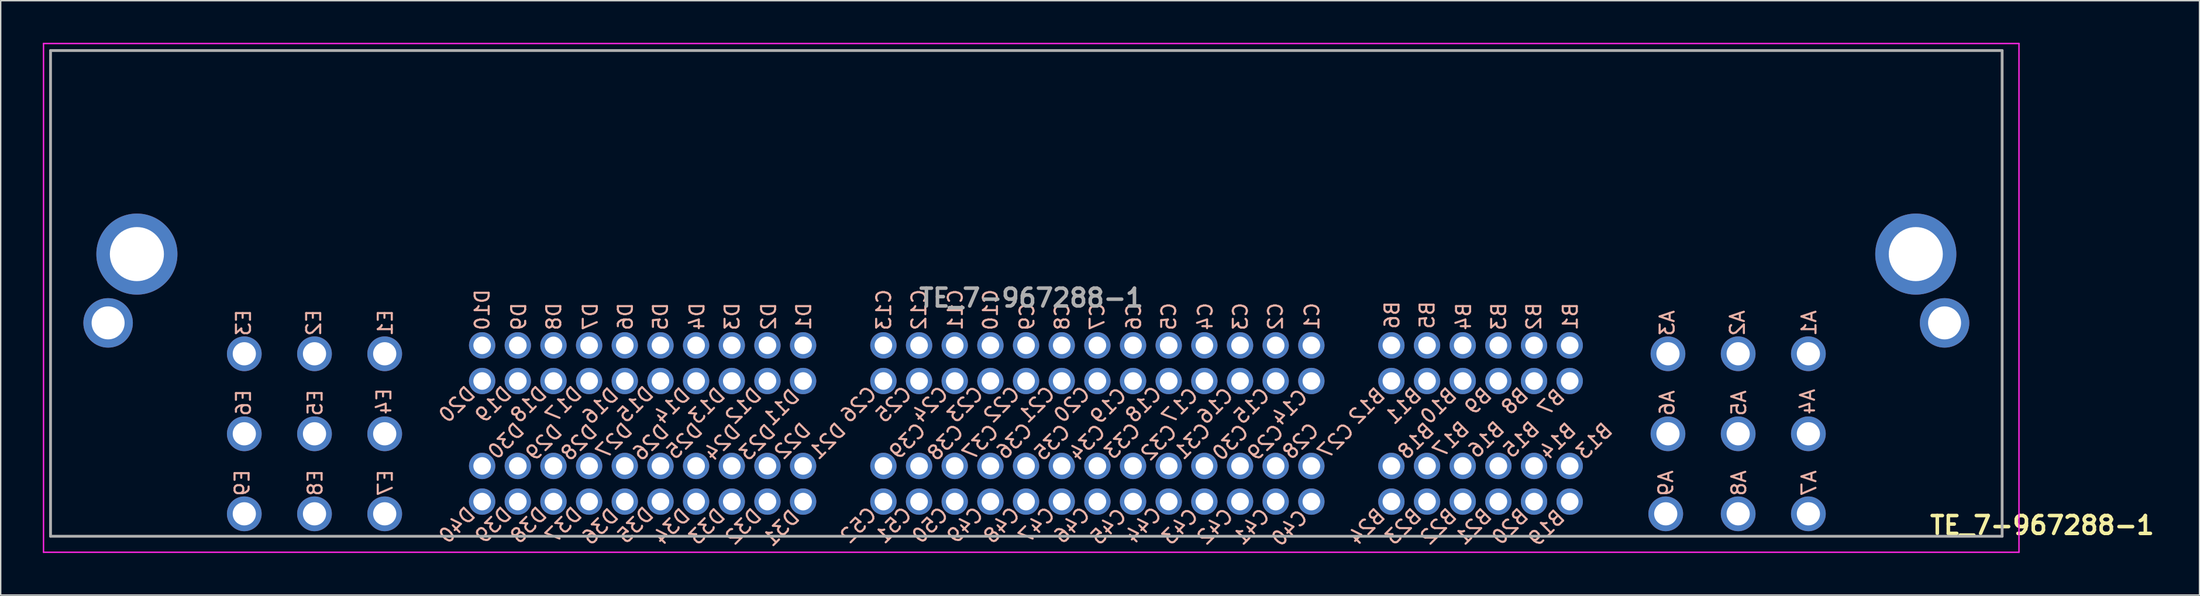
<source format=kicad_pcb>
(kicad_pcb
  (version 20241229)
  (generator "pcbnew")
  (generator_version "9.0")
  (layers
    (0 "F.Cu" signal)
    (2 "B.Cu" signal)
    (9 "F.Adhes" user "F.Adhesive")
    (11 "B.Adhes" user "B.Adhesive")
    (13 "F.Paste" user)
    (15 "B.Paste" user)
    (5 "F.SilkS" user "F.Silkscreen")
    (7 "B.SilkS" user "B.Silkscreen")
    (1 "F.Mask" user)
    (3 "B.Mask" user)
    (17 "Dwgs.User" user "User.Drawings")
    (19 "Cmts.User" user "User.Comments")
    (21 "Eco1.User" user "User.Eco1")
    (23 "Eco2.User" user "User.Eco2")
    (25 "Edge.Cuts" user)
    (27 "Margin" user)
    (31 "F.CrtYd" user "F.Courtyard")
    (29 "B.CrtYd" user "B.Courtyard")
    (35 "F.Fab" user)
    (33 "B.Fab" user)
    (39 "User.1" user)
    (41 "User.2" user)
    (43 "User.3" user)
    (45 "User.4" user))
  (footprint "TE_7-967288-1"
    (layer "F.Cu")
    (at 70.4 18.169)
    (property "Reference" "TE_7-967288-1" (at 72 16.2 0) (layer "F.SilkS") (effects (font (size 1.27 1.27) (thickness 0.254))))
    (attr through_hole)
    (fp_line (start -69.85 -17.619) (end 69.15 -17.619) (stroke (width 0.1) (type solid)) (layer "F.SilkS"))
    (fp_line (start -69.85 16.981) (end -69.85 -17.619) (stroke (width 0.1) (type solid)) (layer "F.SilkS"))
    (fp_line (start -57.85 16.981) (end -69.85 16.981) (stroke (width 0.1) (type solid)) (layer "F.SilkS"))
    (fp_line (start 43.15 16.981) (end -43.85 16.981) (stroke (width 0.1) (type solid)) (layer "F.SilkS"))
    (fp_line (start 69.15 -17.619) (end 69.15 16.981) (stroke (width 0.1) (type solid)) (layer "F.SilkS"))
    (fp_line (start 69.15 16.981) (end 57.15 16.981) (stroke (width 0.1) (type solid)) (layer "F.SilkS"))
    (fp_line (start -70.35 -18.119) (end 70.35 -18.119) (stroke (width 0.1) (type solid)) (layer "F.CrtYd"))
    (fp_line (start -70.35 18.119) (end -70.35 -18.119) (stroke (width 0.1) (type solid)) (layer "F.CrtYd"))
    (fp_line (start 70.35 -18.119) (end 70.35 18.119) (stroke (width 0.1) (type solid)) (layer "F.CrtYd"))
    (fp_line (start 70.35 18.119) (end -70.35 18.119) (stroke (width 0.1) (type solid)) (layer "F.CrtYd"))
    (fp_line (start -69.85 -17.619) (end 69.15 -17.619) (stroke (width 0.2) (type solid)) (layer "F.Fab"))
    (fp_line (start -69.85 16.981) (end -69.85 -17.619) (stroke (width 0.2) (type solid)) (layer "F.Fab"))
    (fp_line (start 69.15 -17.619) (end 69.15 16.981) (stroke (width 0.2) (type solid)) (layer "F.Fab"))
    (fp_line (start 69.15 16.981) (end -69.85 16.981) (stroke (width 0.2) (type solid)) (layer "F.Fab"))
    (fp_text user "C44" (at 9.1 15.1 45) (unlocked yes) (layer "B.SilkS") (effects (font (size 1 1) (thickness 0.15)) (justify left mirror)))
    (fp_text user "B7" (at 37.8 6.7 45) (unlocked yes) (layer "B.SilkS") (effects (font (size 1 1) (thickness 0.15)) (justify left mirror)))
    (fp_text user "D1" (at -16.2 2.4 90) (unlocked yes) (layer "B.SilkS") (effects (font (size 1 1) (thickness 0.15)) (justify right mirror)))
    (fp_text user "B1" (at 38.4 2.4 90) (unlocked yes) (layer "B.SilkS") (effects (font (size 1 1) (thickness 0.15)) (justify right mirror)))
    (fp_text user "B5" (at 28.2 2.3 90) (unlocked yes) (layer "B.SilkS") (effects (font (size 1 1) (thickness 0.15)) (justify right mirror)))
    (fp_text user "C13" (at -10.5 2.4 90) (unlocked yes) (layer "B.SilkS") (effects (font (size 1 1) (thickness 0.15)) (justify right mirror)))
    (fp_text user "B8" (at 35.2 6.6 45) (unlocked yes) (layer "B.SilkS") (effects (font (size 1 1) (thickness 0.15)) (justify left mirror)))
    (fp_text user "B12" (at 25 6.6 45) (unlocked yes) (layer "B.SilkS") (effects (font (size 1 1) (thickness 0.15)) (justify left mirror)))
    (fp_text user "C41" (at 16.8 15.2 45) (unlocked yes) (layer "B.SilkS") (effects (font (size 1 1) (thickness 0.15)) (justify left mirror)))
    (fp_text user "B11" (at 27.6 6.6 45) (unlocked yes) (layer "B.SilkS") (effects (font (size 1 1) (thickness 0.15)) (justify left mirror)))
    (fp_text user "C35" (at 0.4 11.4 45) (unlocked yes) (layer "B.SilkS") (effects (font (size 1 1) (thickness 0.15)) (justify right mirror)))
    (fp_text user "D39" (at -37.2 15.1 45) (unlocked yes) (layer "B.SilkS") (effects (font (size 1 1) (thickness 0.15)) (justify left mirror)))
    (fp_text user "B2" (at 35.8 2.4 90) (unlocked yes) (layer "B.SilkS") (effects (font (size 1 1) (thickness 0.15)) (justify right mirror)))
    (fp_text user "A3" (at 45.3 2.8 90) (unlocked yes) (layer "B.SilkS") (effects (font (size 1 1) (thickness 0.15)) (justify right mirror)))
    (fp_text user "C9" (at -0.3 2.4 90) (unlocked yes) (layer "B.SilkS") (effects (font (size 1 1) (thickness 0.15)) (justify right mirror)))
    (fp_text user "E2" (at -51.1 2.8 90) (unlocked yes) (layer "B.SilkS") (effects (font (size 1 1) (thickness 0.15)) (justify right mirror)))
    (fp_text user "C30" (at 13.1 11.4 45) (unlocked yes) (layer "B.SilkS") (effects (font (size 1 1) (thickness 0.15)) (justify right mirror)))
    (fp_text user "A6" (at 45.3 8.5 90) (unlocked yes) (layer "B.SilkS") (effects (font (size 1 1) (thickness 0.15)) (justify right mirror)))
    (fp_text user "C3" (at 14.9 2.4 90) (unlocked yes) (layer "B.SilkS") (effects (font (size 1 1) (thickness 0.15)) (justify right mirror)))
    (fp_text user "D2" (at -18.7 2.4 90) (unlocked yes) (layer "B.SilkS") (effects (font (size 1 1) (thickness 0.15)) (justify right mirror)))
    (fp_text user "E9" (at -56.2 14.2 90) (unlocked yes) (layer "B.SilkS") (effects (font (size 1 1) (thickness 0.15)) (justify right mirror)))
    (fp_text user "D26" (at -28.2 11.4 45) (unlocked yes) (layer "B.SilkS") (effects (font (size 1 1) (thickness 0.15)) (justify right mirror)))
    (fp_text user "D17" (at -32.2 6.5 45) (unlocked yes) (layer "B.SilkS") (effects (font (size 1 1) (thickness 0.15)) (justify left mirror)))
    (fp_text user "D18" (at -34.7 6.5 45) (unlocked yes) (layer "B.SilkS") (effects (font (size 1 1) (thickness 0.15)) (justify left mirror)))
    (fp_text user "C22" (at -1 6.5 45) (unlocked yes) (layer "B.SilkS") (effects (font (size 1 1) (thickness 0.15)) (justify left mirror)))
    (fp_text user "C10" (at -2.9 2.4 90) (unlocked yes) (layer "B.SilkS") (effects (font (size 1 1) (thickness 0.15)) (justify right mirror)))
    (fp_text user "C15" (at 16.8 6.6 45) (unlocked yes) (layer "B.SilkS") (effects (font (size 1 1) (thickness 0.15)) (justify left mirror)))
    (fp_text user "D15" (at -27.1 6.5 45) (unlocked yes) (layer "B.SilkS") (effects (font (size 1 1) (thickness 0.15)) (justify left mirror)))
    (fp_text user "D12" (at -19.4 6.6 45) (unlocked yes) (layer "B.SilkS") (effects (font (size 1 1) (thickness 0.15)) (justify left mirror)))
    (fp_text user "E6" (at -56.1 8.5 90) (unlocked yes) (layer "B.SilkS") (effects (font (size 1 1) (thickness 0.15)) (justify right mirror)))
    (fp_text user "B9" (at 32.6 6.6 45) (unlocked yes) (layer "B.SilkS") (effects (font (size 1 1) (thickness 0.15)) (justify left mirror)))
    (fp_text user "D31" (at -16.7 15.3 45) (unlocked yes) (layer "B.SilkS") (effects (font (size 1 1) (thickness 0.15)) (justify left mirror)))
    (fp_text user "D27" (at -30.8 11.3 45) (unlocked yes) (layer "B.SilkS") (effects (font (size 1 1) (thickness 0.15)) (justify right mirror)))
    (fp_text user "C34" (at 2.9 11.4 45) (unlocked yes) (layer "B.SilkS") (effects (font (size 1 1) (thickness 0.15)) (justify right mirror)))
    (fp_text user "C14" (at 19.5 6.7 45) (unlocked yes) (layer "B.SilkS") (effects (font (size 1 1) (thickness 0.15)) (justify left mirror)))
    (fp_text user "C36" (at -2.3 11.3 45) (unlocked yes) (layer "B.SilkS") (effects (font (size 1 1) (thickness 0.15)) (justify right mirror)))
    (fp_text user "D25" (at -25.8 11.3 45) (unlocked yes) (layer "B.SilkS") (effects (font (size 1 1) (thickness 0.15)) (justify right mirror)))
    (fp_text user "D34" (at -24.5 15.2 45) (unlocked yes) (layer "B.SilkS") (effects (font (size 1 1) (thickness 0.15)) (justify left mirror)))
    (fp_text user "A5" (at 50.4 8.5 90) (unlocked yes) (layer "B.SilkS") (effects (font (size 1 1) (thickness 0.15)) (justify right mirror)))
    (fp_text user "C27" (at 20.6 11.3 45) (unlocked yes) (layer "B.SilkS") (effects (font (size 1 1) (thickness 0.15)) (justify right mirror)))
    (fp_text user "C43" (at 11.7 15.2 45) (unlocked yes) (layer "B.SilkS") (effects (font (size 1 1) (thickness 0.15)) (justify left mirror)))
    (fp_text user "D21" (at -15.6 11.3 45) (unlocked yes) (layer "B.SilkS") (effects (font (size 1 1) (thickness 0.15)) (justify right mirror)))
    (fp_text user "C49" (at -3.6 15.1 45) (unlocked yes) (layer "B.SilkS") (effects (font (size 1 1) (thickness 0.15)) (justify left mirror)))
    (fp_text user "C7" (at 4.7 2.4 90) (unlocked yes) (layer "B.SilkS") (effects (font (size 1 1) (thickness 0.15)) (justify right mirror)))
    (fp_text user "D37" (at -32.2 15.1 45) (unlocked yes) (layer "B.SilkS") (effects (font (size 1 1) (thickness 0.15)) (justify left mirror)))
    (fp_text user "B17" (at 28.8 11.2 45) (unlocked yes) (layer "B.SilkS") (effects (font (size 1 1) (thickness 0.15)) (justify right mirror)))
    (fp_text user "D40" (at -39.8 15.1 45) (unlocked yes) (layer "B.SilkS") (effects (font (size 1 1) (thickness 0.15)) (justify left mirror)))
    (fp_text user "B22" (at 30.1 15.2 45) (unlocked yes) (layer "B.SilkS") (effects (font (size 1 1) (thickness 0.15)) (justify left mirror)))
    (fp_text user "D29" (at -35.8 11.4 45) (unlocked yes) (layer "B.SilkS") (effects (font (size 1 1) (thickness 0.15)) (justify right mirror)))
    (fp_text user "C11" (at -5.4 2.4 90) (unlocked yes) (layer "B.SilkS") (effects (font (size 1 1) (thickness 0.15)) (justify right mirror)))
    (fp_text user "E4" (at -46.1 8.4 90) (unlocked yes) (layer "B.SilkS") (effects (font (size 1 1) (thickness 0.15)) (justify right mirror)))
    (fp_text user "D30" (at -38.5 11.3 45) (unlocked yes) (layer "B.SilkS") (effects (font (size 1 1) (thickness 0.15)) (justify right mirror)))
    (fp_text user "C19" (at 6.6 6.6 45) (unlocked yes) (layer "B.SilkS") (effects (font (size 1 1) (thickness 0.15)) (justify left mirror)))
    (fp_text user "C2" (at 17.4 2.4 90) (unlocked yes) (layer "B.SilkS") (effects (font (size 1 1) (thickness 0.15)) (justify right mirror)))
    (fp_text user "A8" (at 50.4 14.2 90) (unlocked yes) (layer "B.SilkS") (effects (font (size 1 1) (thickness 0.15)) (justify right mirror)))
    (fp_text user "D11" (at -16.7 6.7 45) (unlocked yes) (layer "B.SilkS") (effects (font (size 1 1) (thickness 0.15)) (justify left mirror)))
    (fp_text user "B18" (at 26.3 11.3 45) (unlocked yes) (layer "B.SilkS") (effects (font (size 1 1) (thickness 0.15)) (justify right mirror)))
    (fp_text user "B14" (at 36.4 11.3 45) (unlocked yes) (layer "B.SilkS") (effects (font (size 1 1) (thickness 0.15)) (justify right mirror)))
    (fp_text user "C40" (at 19.5 15.3 45) (unlocked yes) (layer "B.SilkS") (effects (font (size 1 1) (thickness 0.15)) (justify left mirror)))
    (fp_text user "C33" (at 5.4 11.3 45) (unlocked yes) (layer "B.SilkS") (effects (font (size 1 1) (thickness 0.15)) (justify right mirror)))
    (fp_text user "C1" (at 20 2.4 90) (unlocked yes) (layer "B.SilkS") (effects (font (size 1 1) (thickness 0.15)) (justify right mirror)))
    (fp_text user "D33" (at -22 15.2 45) (unlocked yes) (layer "B.SilkS") (effects (font (size 1 1) (thickness 0.15)) (justify left mirror)))
    (fp_text user "D19" (at -37.2 6.5 45) (unlocked yes) (layer "B.SilkS") (effects (font (size 1 1) (thickness 0.15)) (justify left mirror)))
    (fp_text user "C18" (at 9.1 6.5 45) (unlocked yes) (layer "B.SilkS") (effects (font (size 1 1) (thickness 0.15)) (justify left mirror)))
    (fp_text user "D4" (at -23.8 2.4 90) (unlocked yes) (layer "B.SilkS") (effects (font (size 1 1) (thickness 0.15)) (justify right mirror)))
    (fp_text user "C39" (at -9.9 11.3 45) (unlocked yes) (layer "B.SilkS") (effects (font (size 1 1) (thickness 0.15)) (justify right mirror)))
    (fp_text user "C45" (at 6.6 15.2 45) (unlocked yes) (layer "B.SilkS") (effects (font (size 1 1) (thickness 0.15)) (justify left mirror)))
    (fp_text user "C46" (at 4 15.1 45) (unlocked yes) (layer "B.SilkS") (effects (font (size 1 1) (thickness 0.15)) (justify left mirror)))
    (fp_text user "C26" (at -11.2 6.5 45) (unlocked yes) (layer "B.SilkS") (effects (font (size 1 1) (thickness 0.15)) (justify left mirror)))
    (fp_text user "C5" (at 9.8 2.4 90) (unlocked yes) (layer "B.SilkS") (effects (font (size 1 1) (thickness 0.15)) (justify right mirror)))
    (fp_text user "D22" (at -18.1 11.3 45) (unlocked yes) (layer "B.SilkS") (effects (font (size 1 1) (thickness 0.15)) (justify right mirror)))
    (fp_text user "D23" (at -20.6 11.4 45) (unlocked yes) (layer "B.SilkS") (effects (font (size 1 1) (thickness 0.15)) (justify right mirror)))
    (fp_text user "B21" (at 32.6 15.2 45) (unlocked yes) (layer "B.SilkS") (effects (font (size 1 1) (thickness 0.15)) (justify left mirror)))
    (fp_text user "B19" (at 37.8 15.3 45) (unlocked yes) (layer "B.SilkS") (effects (font (size 1 1) (thickness 0.15)) (justify left mirror)))
    (fp_text user "C38" (at -7.2 11.4 45) (unlocked yes) (layer "B.SilkS") (effects (font (size 1 1) (thickness 0.15)) (justify right mirror)))
    (fp_text user "C20" (at 4 6.5 45) (unlocked yes) (layer "B.SilkS") (effects (font (size 1 1) (thickness 0.15)) (justify left mirror)))
    (fp_text user "B20" (at 35.2 15.2 45) (unlocked yes) (layer "B.SilkS") (effects (font (size 1 1) (thickness 0.15)) (justify left mirror)))
    (fp_text user "C48" (at -1 15.1 45) (unlocked yes) (layer "B.SilkS") (effects (font (size 1 1) (thickness 0.15)) (justify left mirror)))
    (fp_text user "D8" (at -34 2.4 90) (unlocked yes) (layer "B.SilkS") (effects (font (size 1 1) (thickness 0.15)) (justify right mirror)))
    (fp_text user "B4" (at 30.8 2.4 90) (unlocked yes) (layer "B.SilkS") (effects (font (size 1 1) (thickness 0.15)) (justify right mirror)))
    (fp_text user "E8" (at -51 14.2 90) (unlocked yes) (layer "B.SilkS") (effects (font (size 1 1) (thickness 0.15)) (justify right mirror)))
    (fp_text user "C12" (at -8 2.4 90) (unlocked yes) (layer "B.SilkS") (effects (font (size 1 1) (thickness 0.15)) (justify right mirror)))
    (fp_text user "A1" (at 55.4 2.8 90) (unlocked yes) (layer "B.SilkS") (effects (font (size 1 1) (thickness 0.15)) (justify right mirror)))
    (fp_text user "D28" (at -33.3 11.4 45) (unlocked yes) (layer "B.SilkS") (effects (font (size 1 1) (thickness 0.15)) (justify right mirror)))
    (fp_text user "A2" (at 50.3 2.8 90) (unlocked yes) (layer "B.SilkS") (effects (font (size 1 1) (thickness 0.15)) (justify right mirror)))
    (fp_text user "C6" (at 7.3 2.4 90) (unlocked yes) (layer "B.SilkS") (effects (font (size 1 1) (thickness 0.15)) (justify right mirror)))
    (fp_text user "C29" (at 15.6 11.4 45) (unlocked yes) (layer "B.SilkS") (effects (font (size 1 1) (thickness 0.15)) (justify right mirror)))
    (fp_text user "E5" (at -51 8.5 90) (unlocked yes) (layer "B.SilkS") (effects (font (size 1 1) (thickness 0.15)) (justify right mirror)))
    (fp_text user "D7" (at -31.4 2.4 90) (unlocked yes) (layer "B.SilkS") (effects (font (size 1 1) (thickness 0.15)) (justify right mirror)))
    (fp_text user "B16" (at 31.3 11.2 45) (unlocked yes) (layer "B.SilkS") (effects (font (size 1 1) (thickness 0.15)) (justify right mirror)))
    (fp_text user "A7" (at 55.4 14.2 90) (unlocked yes) (layer "B.SilkS") (effects (font (size 1 1) (thickness 0.15)) (justify right mirror)))
    (fp_text user "D14" (at -24.5 6.6 45) (unlocked yes) (layer "B.SilkS") (effects (font (size 1 1) (thickness 0.15)) (justify left mirror)))
    (fp_text user "C50" (at -6.1 15.1 45) (unlocked yes) (layer "B.SilkS") (effects (font (size 1 1) (thickness 0.15)) (justify left mirror)))
    (fp_text user "C28" (at 18.1 11.3 45) (unlocked yes) (layer "B.SilkS") (effects (font (size 1 1) (thickness 0.15)) (justify right mirror)))
    (fp_text user "B6" (at 25.7 2.3 90) (unlocked yes) (layer "B.SilkS") (effects (font (size 1 1) (thickness 0.15)) (justify right mirror)))
    (fp_text user "D16" (at -29.6 6.6 45) (unlocked yes) (layer "B.SilkS") (effects (font (size 1 1) (thickness 0.15)) (justify left mirror)))
    (fp_text user "D3" (at -21.3 2.4 90) (unlocked yes) (layer "B.SilkS") (effects (font (size 1 1) (thickness 0.15)) (justify right mirror)))
    (fp_text user "C17" (at 11.7 6.6 45) (unlocked yes) (layer "B.SilkS") (effects (font (size 1 1) (thickness 0.15)) (justify left mirror)))
    (fp_text user "C52" (at -11.2 15.1 45) (unlocked yes) (layer "B.SilkS") (effects (font (size 1 1) (thickness 0.15)) (justify left mirror)))
    (fp_text user "D38" (at -34.7 15.1 45) (unlocked yes) (layer "B.SilkS") (effects (font (size 1 1) (thickness 0.15)) (justify left mirror)))
    (fp_text user "A4" (at 55.3 8.4 90) (unlocked yes) (layer "B.SilkS") (effects (font (size 1 1) (thickness 0.15)) (justify right mirror)))
    (fp_text user "B15" (at 33.8 11.2 45) (unlocked yes) (layer "B.SilkS") (effects (font (size 1 1) (thickness 0.15)) (justify right mirror)))
    (fp_text user "E7" (at -46 14.2 90) (unlocked yes) (layer "B.SilkS") (effects (font (size 1 1) (thickness 0.15)) (justify right mirror)))
    (fp_text user "C42" (at 14.2 15.2 45) (unlocked yes) (layer "B.SilkS") (effects (font (size 1 1) (thickness 0.15)) (justify left mirror)))
    (fp_text user "D32" (at -19.4 15.2 45) (unlocked yes) (layer "B.SilkS") (effects (font (size 1 1) (thickness 0.15)) (justify left mirror)))
    (fp_text user "C31" (at 10.4 11.3 45) (unlocked yes) (layer "B.SilkS") (effects (font (size 1 1) (thickness 0.15)) (justify right mirror)))
    (fp_text user "D35" (at -27.1 15.1 45) (unlocked yes) (layer "B.SilkS") (effects (font (size 1 1) (thickness 0.15)) (justify left mirror)))
    (fp_text user "B13" (at 39 11.3 45) (unlocked yes) (layer "B.SilkS") (effects (font (size 1 1) (thickness 0.15)) (justify right mirror)))
    (fp_text user "B24" (at 25 15.2 45) (unlocked yes) (layer "B.SilkS") (effects (font (size 1 1) (thickness 0.15)) (justify left mirror)))
    (fp_text user "D9" (at -36.5 2.4 90) (unlocked yes) (layer "B.SilkS") (effects (font (size 1 1) (thickness 0.15)) (justify right mirror)))
    (fp_text user "C23" (at -3.6 6.5 45) (unlocked yes) (layer "B.SilkS") (effects (font (size 1 1) (thickness 0.15)) (justify left mirror)))
    (fp_text user "B23" (at 27.6 15.2 45) (unlocked yes) (layer "B.SilkS") (effects (font (size 1 1) (thickness 0.15)) (justify left mirror)))
    (fp_text user "E3" (at -56.1 2.8 90) (unlocked yes) (layer "B.SilkS") (effects (font (size 1 1) (thickness 0.15)) (justify right mirror)))
    (fp_text user "C21" (at 1.5 6.5 45) (unlocked yes) (layer "B.SilkS") (effects (font (size 1 1) (thickness 0.15)) (justify left mirror)))
    (fp_text user "A9" (at 45.2 14.2 90) (unlocked yes) (layer "B.SilkS") (effects (font (size 1 1) (thickness 0.15)) (justify right mirror)))
    (fp_text user "D20" (at -39.8 6.5 45) (unlocked yes) (layer "B.SilkS") (effects (font (size 1 1) (thickness 0.15)) (justify left mirror)))
    (fp_text user "D6" (at -28.9 2.4 90) (unlocked yes) (layer "B.SilkS") (effects (font (size 1 1) (thickness 0.15)) (justify right mirror)))
    (fp_text user "D5" (at -26.4 2.4 90) (unlocked yes) (layer "B.SilkS") (effects (font (size 1 1) (thickness 0.15)) (justify right mirror)))
    (fp_text user "E1" (at -46 2.8 90) (unlocked yes) (layer "B.SilkS") (effects (font (size 1 1) (thickness 0.15)) (justify right mirror)))
    (fp_text user "C24" (at -6.1 6.5 45) (unlocked yes) (layer "B.SilkS") (effects (font (size 1 1) (thickness 0.15)) (justify left mirror)))
    (fp_text user "C4" (at 12.4 2.4 90) (unlocked yes) (layer "B.SilkS") (effects (font (size 1 1) (thickness 0.15)) (justify right mirror)))
    (fp_text user "D10" (at -39.1 2.4 90) (unlocked yes) (layer "B.SilkS") (effects (font (size 1 1) (thickness 0.15)) (justify right mirror)))
    (fp_text user "C25" (at -8.7 6.5 45) (unlocked yes) (layer "B.SilkS") (effects (font (size 1 1) (thickness 0.15)) (justify left mirror)))
    (fp_text user "D24" (at -23.1 11.4 45) (unlocked yes) (layer "B.SilkS") (effects (font (size 1 1) (thickness 0.15)) (justify right mirror)))
    (fp_text user "C8" (at 2.2 2.4 90) (unlocked yes) (layer "B.SilkS") (effects (font (size 1 1) (thickness 0.15)) (justify right mirror)))
    (fp_text user "C47" (at 1.5 15.1 45) (unlocked yes) (layer "B.SilkS") (effects (font (size 1 1) (thickness 0.15)) (justify left mirror)))
    (fp_text user "D13" (at -22 6.6 45) (unlocked yes) (layer "B.SilkS") (effects (font (size 1 1) (thickness 0.15)) (justify left mirror)))
    (fp_text user "C51" (at -8.7 15.1 45) (unlocked yes) (layer "B.SilkS") (effects (font (size 1 1) (thickness 0.15)) (justify left mirror)))
    (fp_text user "C37" (at -4.7 11.4 45) (unlocked yes) (layer "B.SilkS") (effects (font (size 1 1) (thickness 0.15)) (justify right mirror)))
    (fp_text user "C32" (at 8 11.4 45) (unlocked yes) (layer "B.SilkS") (effects (font (size 1 1) (thickness 0.15)) (justify right mirror)))
    (fp_text user "B3" (at 33.3 2.4 90) (unlocked yes) (layer "B.SilkS") (effects (font (size 1 1) (thickness 0.15)) (justify right mirror)))
    (fp_text user "B10" (at 30.1 6.6 45) (unlocked yes) (layer "B.SilkS") (effects (font (size 1 1) (thickness 0.15)) (justify left mirror)))
    (fp_text user "C16" (at 14.2 6.6 45) (unlocked yes) (layer "B.SilkS") (effects (font (size 1 1) (thickness 0.15)) (justify left mirror)))
    (fp_text user "D36" (at -29.6 15.2 45) (unlocked yes) (layer "B.SilkS") (effects (font (size 1 1) (thickness 0.15)) (justify left mirror)))
    (fp_text user "${REFERENCE}" (at 0 0 180) (layer "F.Fab") (effects (font (size 1.27 1.27) (thickness 0.254))))
    (pad "A1" thru_hole circle (at 55.35 3.981 180) (size 2.475 2.475) (drill 1.65) (layers "*.Cu" "*.Mask"))
    (pad "A2" thru_hole circle (at 50.35 3.981 180) (size 2.475 2.475) (drill 1.65) (layers "*.Cu" "*.Mask"))
    (pad "A3" thru_hole circle (at 45.35 3.981 180) (size 2.475 2.475) (drill 1.65) (layers "*.Cu" "*.Mask"))
    (pad "A4" thru_hole circle (at 55.35 9.681 180) (size 2.475 2.475) (drill 1.65) (layers "*.Cu" "*.Mask"))
    (pad "A5" thru_hole circle (at 50.35 9.681 180) (size 2.475 2.475) (drill 1.65) (layers "*.Cu" "*.Mask"))
    (pad "A6" thru_hole circle (at 45.35 9.681 180) (size 2.475 2.475) (drill 1.65) (layers "*.Cu" "*.Mask"))
    (pad "A7" thru_hole circle (at 55.35 15.381 180) (size 2.475 2.475) (drill 1.65) (layers "*.Cu" "*.Mask"))
    (pad "A8" thru_hole circle (at 50.35 15.381 180) (size 2.475 2.475) (drill 1.65) (layers "*.Cu" "*.Mask"))
    (pad "A9" thru_hole circle (at 45.19 15.381 180) (size 2.475 2.475) (drill 1.65) (layers "*.Cu" "*.Mask"))
    (pad "B1" thru_hole circle (at 38.35 3.381 180) (size 1.875 1.875) (drill 1.25) (layers "*.Cu" "*.Mask"))
    (pad "B2" thru_hole circle (at 35.81 3.381 180) (size 1.875 1.875) (drill 1.25) (layers "*.Cu" "*.Mask"))
    (pad "B3" thru_hole circle (at 33.27 3.381 180) (size 1.875 1.875) (drill 1.25) (layers "*.Cu" "*.Mask"))
    (pad "B4" thru_hole circle (at 30.73 3.381 180) (size 1.875 1.875) (drill 1.25) (layers "*.Cu" "*.Mask"))
    (pad "B5" thru_hole circle (at 28.19 3.381 180) (size 1.875 1.875) (drill 1.25) (layers "*.Cu" "*.Mask"))
    (pad "B6" thru_hole circle (at 25.65 3.381 180) (size 1.875 1.875) (drill 1.25) (layers "*.Cu" "*.Mask"))
    (pad "B7" thru_hole circle (at 38.35 5.921 180) (size 1.875 1.875) (drill 1.25) (layers "*.Cu" "*.Mask"))
    (pad "B8" thru_hole circle (at 35.81 5.921 180) (size 1.875 1.875) (drill 1.25) (layers "*.Cu" "*.Mask"))
    (pad "B9" thru_hole circle (at 33.27 5.921 180) (size 1.875 1.875) (drill 1.25) (layers "*.Cu" "*.Mask"))
    (pad "B10" thru_hole circle (at 30.73 5.921 180) (size 1.875 1.875) (drill 1.25) (layers "*.Cu" "*.Mask"))
    (pad "B11" thru_hole circle (at 28.19 5.921 180) (size 1.875 1.875) (drill 1.25) (layers "*.Cu" "*.Mask"))
    (pad "B12" thru_hole circle (at 25.65 5.921 180) (size 1.875 1.875) (drill 1.25) (layers "*.Cu" "*.Mask"))
    (pad "B13" thru_hole circle (at 38.35 11.971 180) (size 1.875 1.875) (drill 1.25) (layers "*.Cu" "*.Mask"))
    (pad "B14" thru_hole circle (at 35.81 11.971 180) (size 1.875 1.875) (drill 1.25) (layers "*.Cu" "*.Mask"))
    (pad "B15" thru_hole circle (at 33.27 11.971 180) (size 1.875 1.875) (drill 1.25) (layers "*.Cu" "*.Mask"))
    (pad "B16" thru_hole circle (at 30.73 11.971 180) (size 1.875 1.875) (drill 1.25) (layers "*.Cu" "*.Mask"))
    (pad "B17" thru_hole circle (at 28.19 11.971 180) (size 1.875 1.875) (drill 1.25) (layers "*.Cu" "*.Mask"))
    (pad "B18" thru_hole circle (at 25.65 11.971 180) (size 1.875 1.875) (drill 1.25) (layers "*.Cu" "*.Mask"))
    (pad "B19" thru_hole circle (at 38.35 14.511 180) (size 1.875 1.875) (drill 1.25) (layers "*.Cu" "*.Mask"))
    (pad "B20" thru_hole circle (at 35.81 14.511 180) (size 1.875 1.875) (drill 1.25) (layers "*.Cu" "*.Mask"))
    (pad "B21" thru_hole circle (at 33.27 14.511 180) (size 1.875 1.875) (drill 1.25) (layers "*.Cu" "*.Mask"))
    (pad "B22" thru_hole circle (at 30.73 14.511 180) (size 1.875 1.875) (drill 1.25) (layers "*.Cu" "*.Mask"))
    (pad "B23" thru_hole circle (at 28.19 14.511 180) (size 1.875 1.875) (drill 1.25) (layers "*.Cu" "*.Mask"))
    (pad "B24" thru_hole circle (at 25.65 14.511 180) (size 1.875 1.875) (drill 1.25) (layers "*.Cu" "*.Mask"))
    (pad "C1" thru_hole circle (at 19.95 3.381 180) (size 1.875 1.875) (drill 1.25) (layers "*.Cu" "*.Mask"))
    (pad "C2" thru_hole circle (at 17.41 3.381 180) (size 1.875 1.875) (drill 1.25) (layers "*.Cu" "*.Mask"))
    (pad "C3" thru_hole circle (at 14.87 3.381 180) (size 1.875 1.875) (drill 1.25) (layers "*.Cu" "*.Mask"))
    (pad "C4" thru_hole circle (at 12.33 3.381 180) (size 1.875 1.875) (drill 1.25) (layers "*.Cu" "*.Mask"))
    (pad "C5" thru_hole circle (at 9.79 3.381 180) (size 1.875 1.875) (drill 1.25) (layers "*.Cu" "*.Mask"))
    (pad "C6" thru_hole circle (at 7.25 3.381 180) (size 1.875 1.875) (drill 1.25) (layers "*.Cu" "*.Mask"))
    (pad "C7" thru_hole circle (at 4.71 3.381 180) (size 1.875 1.875) (drill 1.25) (layers "*.Cu" "*.Mask"))
    (pad "C8" thru_hole circle (at 2.17 3.381 180) (size 1.875 1.875) (drill 1.25) (layers "*.Cu" "*.Mask"))
    (pad "C9" thru_hole circle (at -0.37 3.381 180) (size 1.875 1.875) (drill 1.25) (layers "*.Cu" "*.Mask"))
    (pad "C10" thru_hole circle (at -2.91 3.381 180) (size 1.875 1.875) (drill 1.25) (layers "*.Cu" "*.Mask"))
    (pad "C11" thru_hole circle (at -5.45 3.381 180) (size 1.875 1.875) (drill 1.25) (layers "*.Cu" "*.Mask"))
    (pad "C12" thru_hole circle (at -7.99 3.381 180) (size 1.875 1.875) (drill 1.25) (layers "*.Cu" "*.Mask"))
    (pad "C13" thru_hole circle (at -10.53 3.381 180) (size 1.875 1.875) (drill 1.25) (layers "*.Cu" "*.Mask"))
    (pad "C14" thru_hole circle (at 19.95 5.921 180) (size 1.875 1.875) (drill 1.25) (layers "*.Cu" "*.Mask"))
    (pad "C15" thru_hole circle (at 17.41 5.921 180) (size 1.875 1.875) (drill 1.25) (layers "*.Cu" "*.Mask"))
    (pad "C16" thru_hole circle (at 14.87 5.921 180) (size 1.875 1.875) (drill 1.25) (layers "*.Cu" "*.Mask"))
    (pad "C17" thru_hole circle (at 12.33 5.921 180) (size 1.875 1.875) (drill 1.25) (layers "*.Cu" "*.Mask"))
    (pad "C18" thru_hole circle (at 9.79 5.921 180) (size 1.875 1.875) (drill 1.25) (layers "*.Cu" "*.Mask"))
    (pad "C19" thru_hole circle (at 7.25 5.921 180) (size 1.875 1.875) (drill 1.25) (layers "*.Cu" "*.Mask"))
    (pad "C20" thru_hole circle (at 4.71 5.921 180) (size 1.875 1.875) (drill 1.25) (layers "*.Cu" "*.Mask"))
    (pad "C21" thru_hole circle (at 2.17 5.921 180) (size 1.875 1.875) (drill 1.25) (layers "*.Cu" "*.Mask"))
    (pad "C22" thru_hole circle (at -0.37 5.921 180) (size 1.875 1.875) (drill 1.25) (layers "*.Cu" "*.Mask"))
    (pad "C23" thru_hole circle (at -2.91 5.921 180) (size 1.875 1.875) (drill 1.25) (layers "*.Cu" "*.Mask"))
    (pad "C24" thru_hole circle (at -5.45 5.921 180) (size 1.875 1.875) (drill 1.25) (layers "*.Cu" "*.Mask"))
    (pad "C25" thru_hole circle (at -7.99 5.921 180) (size 1.875 1.875) (drill 1.25) (layers "*.Cu" "*.Mask"))
    (pad "C26" thru_hole circle (at -10.53 5.921 180) (size 1.875 1.875) (drill 1.25) (layers "*.Cu" "*.Mask"))
    (pad "C27" thru_hole circle (at 19.95 11.971 180) (size 1.875 1.875) (drill 1.25) (layers "*.Cu" "*.Mask"))
    (pad "C28" thru_hole circle (at 17.41 11.971 180) (size 1.875 1.875) (drill 1.25) (layers "*.Cu" "*.Mask"))
    (pad "C29" thru_hole circle (at 14.87 11.971 180) (size 1.875 1.875) (drill 1.25) (layers "*.Cu" "*.Mask"))
    (pad "C30" thru_hole circle (at 12.33 11.971 180) (size 1.875 1.875) (drill 1.25) (layers "*.Cu" "*.Mask"))
    (pad "C31" thru_hole circle (at 9.79 11.971 180) (size 1.875 1.875) (drill 1.25) (layers "*.Cu" "*.Mask"))
    (pad "C32" thru_hole circle (at 7.25 11.971 180) (size 1.875 1.875) (drill 1.25) (layers "*.Cu" "*.Mask"))
    (pad "C33" thru_hole circle (at 4.71 11.971 180) (size 1.875 1.875) (drill 1.25) (layers "*.Cu" "*.Mask"))
    (pad "C34" thru_hole circle (at 2.17 11.971 180) (size 1.875 1.875) (drill 1.25) (layers "*.Cu" "*.Mask"))
    (pad "C35" thru_hole circle (at -0.37 11.971 180) (size 1.875 1.875) (drill 1.25) (layers "*.Cu" "*.Mask"))
    (pad "C36" thru_hole circle (at -2.91 11.971 180) (size 1.875 1.875) (drill 1.25) (layers "*.Cu" "*.Mask"))
    (pad "C37" thru_hole circle (at -5.45 11.971 180) (size 1.875 1.875) (drill 1.25) (layers "*.Cu" "*.Mask"))
    (pad "C38" thru_hole circle (at -7.99 11.971 180) (size 1.875 1.875) (drill 1.25) (layers "*.Cu" "*.Mask"))
    (pad "C39" thru_hole circle (at -10.53 11.971 180) (size 1.875 1.875) (drill 1.25) (layers "*.Cu" "*.Mask"))
    (pad "C40" thru_hole circle (at 19.95 14.511 180) (size 1.875 1.875) (drill 1.25) (layers "*.Cu" "*.Mask"))
    (pad "C41" thru_hole circle (at 17.41 14.511 180) (size 1.875 1.875) (drill 1.25) (layers "*.Cu" "*.Mask"))
    (pad "C42" thru_hole circle (at 14.87 14.511 180) (size 1.875 1.875) (drill 1.25) (layers "*.Cu" "*.Mask"))
    (pad "C43" thru_hole circle (at 12.33 14.511 180) (size 1.875 1.875) (drill 1.25) (layers "*.Cu" "*.Mask"))
    (pad "C44" thru_hole circle (at 9.79 14.511 180) (size 1.875 1.875) (drill 1.25) (layers "*.Cu" "*.Mask"))
    (pad "C45" thru_hole circle (at 7.25 14.511 180) (size 1.875 1.875) (drill 1.25) (layers "*.Cu" "*.Mask"))
    (pad "C46" thru_hole circle (at 4.71 14.511 180) (size 1.875 1.875) (drill 1.25) (layers "*.Cu" "*.Mask"))
    (pad "C47" thru_hole circle (at 2.17 14.511 180) (size 1.875 1.875) (drill 1.25) (layers "*.Cu" "*.Mask"))
    (pad "C48" thru_hole circle (at -0.37 14.511 180) (size 1.875 1.875) (drill 1.25) (layers "*.Cu" "*.Mask"))
    (pad "C49" thru_hole circle (at -2.91 14.511 180) (size 1.875 1.875) (drill 1.25) (layers "*.Cu" "*.Mask"))
    (pad "C50" thru_hole circle (at -5.45 14.511 180) (size 1.875 1.875) (drill 1.25) (layers "*.Cu" "*.Mask"))
    (pad "C51" thru_hole circle (at -7.99 14.511 180) (size 1.875 1.875) (drill 1.25) (layers "*.Cu" "*.Mask"))
    (pad "C52" thru_hole circle (at -10.53 14.511 180) (size 1.875 1.875) (drill 1.25) (layers "*.Cu" "*.Mask"))
    (pad "D1" thru_hole circle (at -16.25 3.381 180) (size 1.875 1.875) (drill 1.25) (layers "*.Cu" "*.Mask"))
    (pad "D2" thru_hole circle (at -18.79 3.381 180) (size 1.875 1.875) (drill 1.25) (layers "*.Cu" "*.Mask"))
    (pad "D3" thru_hole circle (at -21.33 3.381 180) (size 1.875 1.875) (drill 1.25) (layers "*.Cu" "*.Mask"))
    (pad "D4" thru_hole circle (at -23.87 3.381 180) (size 1.875 1.875) (drill 1.25) (layers "*.Cu" "*.Mask"))
    (pad "D5" thru_hole circle (at -26.41 3.381 180) (size 1.875 1.875) (drill 1.25) (layers "*.Cu" "*.Mask"))
    (pad "D6" thru_hole circle (at -28.95 3.381 180) (size 1.875 1.875) (drill 1.25) (layers "*.Cu" "*.Mask"))
    (pad "D7" thru_hole circle (at -31.49 3.381 180) (size 1.875 1.875) (drill 1.25) (layers "*.Cu" "*.Mask"))
    (pad "D8" thru_hole circle (at -34.03 3.381 180) (size 1.875 1.875) (drill 1.25) (layers "*.Cu" "*.Mask"))
    (pad "D9" thru_hole circle (at -36.57 3.381 180) (size 1.875 1.875) (drill 1.25) (layers "*.Cu" "*.Mask"))
    (pad "D10" thru_hole circle (at -39.11 3.381 180) (size 1.875 1.875) (drill 1.25) (layers "*.Cu" "*.Mask"))
    (pad "D11" thru_hole circle (at -16.25 5.921 180) (size 1.875 1.875) (drill 1.25) (layers "*.Cu" "*.Mask"))
    (pad "D12" thru_hole circle (at -18.79 5.921 180) (size 1.875 1.875) (drill 1.25) (layers "*.Cu" "*.Mask"))
    (pad "D13" thru_hole circle (at -21.33 5.921 180) (size 1.875 1.875) (drill 1.25) (layers "*.Cu" "*.Mask"))
    (pad "D14" thru_hole circle (at -23.87 5.921 180) (size 1.875 1.875) (drill 1.25) (layers "*.Cu" "*.Mask"))
    (pad "D15" thru_hole circle (at -26.41 5.921 180) (size 1.875 1.875) (drill 1.25) (layers "*.Cu" "*.Mask"))
    (pad "D16" thru_hole circle (at -28.95 5.921 180) (size 1.875 1.875) (drill 1.25) (layers "*.Cu" "*.Mask"))
    (pad "D17" thru_hole circle (at -31.49 5.921 180) (size 1.875 1.875) (drill 1.25) (layers "*.Cu" "*.Mask"))
    (pad "D18" thru_hole circle (at -34.03 5.921 180) (size 1.875 1.875) (drill 1.25) (layers "*.Cu" "*.Mask"))
    (pad "D19" thru_hole circle (at -36.57 5.921 180) (size 1.875 1.875) (drill 1.25) (layers "*.Cu" "*.Mask"))
    (pad "D20" thru_hole circle (at -39.11 5.921 180) (size 1.875 1.875) (drill 1.25) (layers "*.Cu" "*.Mask"))
    (pad "D21" thru_hole circle (at -16.25 11.971 180) (size 1.875 1.875) (drill 1.25) (layers "*.Cu" "*.Mask"))
    (pad "D22" thru_hole circle (at -18.79 11.971 180) (size 1.875 1.875) (drill 1.25) (layers "*.Cu" "*.Mask"))
    (pad "D23" thru_hole circle (at -21.33 11.971 180) (size 1.875 1.875) (drill 1.25) (layers "*.Cu" "*.Mask"))
    (pad "D24" thru_hole circle (at -23.87 11.971 180) (size 1.875 1.875) (drill 1.25) (layers "*.Cu" "*.Mask"))
    (pad "D25" thru_hole circle (at -26.41 11.971 180) (size 1.875 1.875) (drill 1.25) (layers "*.Cu" "*.Mask"))
    (pad "D26" thru_hole circle (at -28.95 11.971 180) (size 1.875 1.875) (drill 1.25) (layers "*.Cu" "*.Mask"))
    (pad "D27" thru_hole circle (at -31.49 11.971 180) (size 1.875 1.875) (drill 1.25) (layers "*.Cu" "*.Mask"))
    (pad "D28" thru_hole circle (at -34.03 11.971 180) (size 1.875 1.875) (drill 1.25) (layers "*.Cu" "*.Mask"))
    (pad "D29" thru_hole circle (at -36.57 11.971 180) (size 1.875 1.875) (drill 1.25) (layers "*.Cu" "*.Mask"))
    (pad "D30" thru_hole circle (at -39.11 11.971 180) (size 1.875 1.875) (drill 1.25) (layers "*.Cu" "*.Mask"))
    (pad "D31" thru_hole circle (at -16.25 14.511 180) (size 1.875 1.875) (drill 1.25) (layers "*.Cu" "*.Mask"))
    (pad "D32" thru_hole circle (at -18.79 14.511 180) (size 1.875 1.875) (drill 1.25) (layers "*.Cu" "*.Mask"))
    (pad "D33" thru_hole circle (at -21.33 14.511 180) (size 1.875 1.875) (drill 1.25) (layers "*.Cu" "*.Mask"))
    (pad "D34" thru_hole circle (at -23.87 14.511 180) (size 1.875 1.875) (drill 1.25) (layers "*.Cu" "*.Mask"))
    (pad "D35" thru_hole circle (at -26.41 14.511 180) (size 1.875 1.875) (drill 1.25) (layers "*.Cu" "*.Mask"))
    (pad "D36" thru_hole circle (at -28.95 14.511 180) (size 1.875 1.875) (drill 1.25) (layers "*.Cu" "*.Mask"))
    (pad "D37" thru_hole circle (at -31.49 14.511 180) (size 1.875 1.875) (drill 1.25) (layers "*.Cu" "*.Mask"))
    (pad "D38" thru_hole circle (at -34.03 14.511 180) (size 1.875 1.875) (drill 1.25) (layers "*.Cu" "*.Mask"))
    (pad "D39" thru_hole circle (at -36.57 14.511 180) (size 1.875 1.875) (drill 1.25) (layers "*.Cu" "*.Mask"))
    (pad "D40" thru_hole circle (at -39.11 14.511 180) (size 1.875 1.875) (drill 1.25) (layers "*.Cu" "*.Mask"))
    (pad "E1" thru_hole circle (at -46.05 3.981 180) (size 2.475 2.475) (drill 1.65) (layers "*.Cu" "*.Mask"))
    (pad "E2" thru_hole circle (at -51.05 3.981 180) (size 2.475 2.475) (drill 1.65) (layers "*.Cu" "*.Mask"))
    (pad "E3" thru_hole circle (at -56.05 3.981 180) (size 2.475 2.475) (drill 1.65) (layers "*.Cu" "*.Mask"))
    (pad "E4" thru_hole circle (at -46.05 9.681 180) (size 2.475 2.475) (drill 1.65) (layers "*.Cu" "*.Mask"))
    (pad "E5" thru_hole circle (at -51.05 9.681 180) (size 2.475 2.475) (drill 1.65) (layers "*.Cu" "*.Mask"))
    (pad "E6" thru_hole circle (at -56.05 9.681 180) (size 2.475 2.475) (drill 1.65) (layers "*.Cu" "*.Mask"))
    (pad "E7" thru_hole circle (at -46.05 15.381 180) (size 2.475 2.475) (drill 1.65) (layers "*.Cu" "*.Mask"))
    (pad "E8" thru_hole circle (at -51.05 15.381 180) (size 2.475 2.475) (drill 1.65) (layers "*.Cu" "*.Mask"))
    (pad "E9" thru_hole circle (at -56.05 15.381 180) (size 2.475 2.475) (drill 1.65) (layers "*.Cu" "*.Mask"))
    (pad "MH1" thru_hole circle (at 65.05 1.781 180) (size 3.525 3.525) (drill 2.35) (layers "*.Cu" "*.Mask"))
    (pad "MH2" thru_hole circle (at -65.75 1.781 180) (size 3.525 3.525) (drill 2.35) (layers "*.Cu" "*.Mask"))
    (pad "MH3" thru_hole circle (at 63 -3.119 180) (size 5.775 5.775) (drill 3.85) (layers "*.Cu" "*.Mask"))
    (pad "MH4" thru_hole circle (at -63.7 -3.119 180) (size 5.775 5.775) (drill 3.85) (layers "*.Cu" "*.Mask")))
  (gr_rect
    (start -3 -3)
    (end 153.607 39.338)
    (stroke (width 0.1) (type default))
    (fill no)
    (layer "Edge.Cuts")))
</source>
